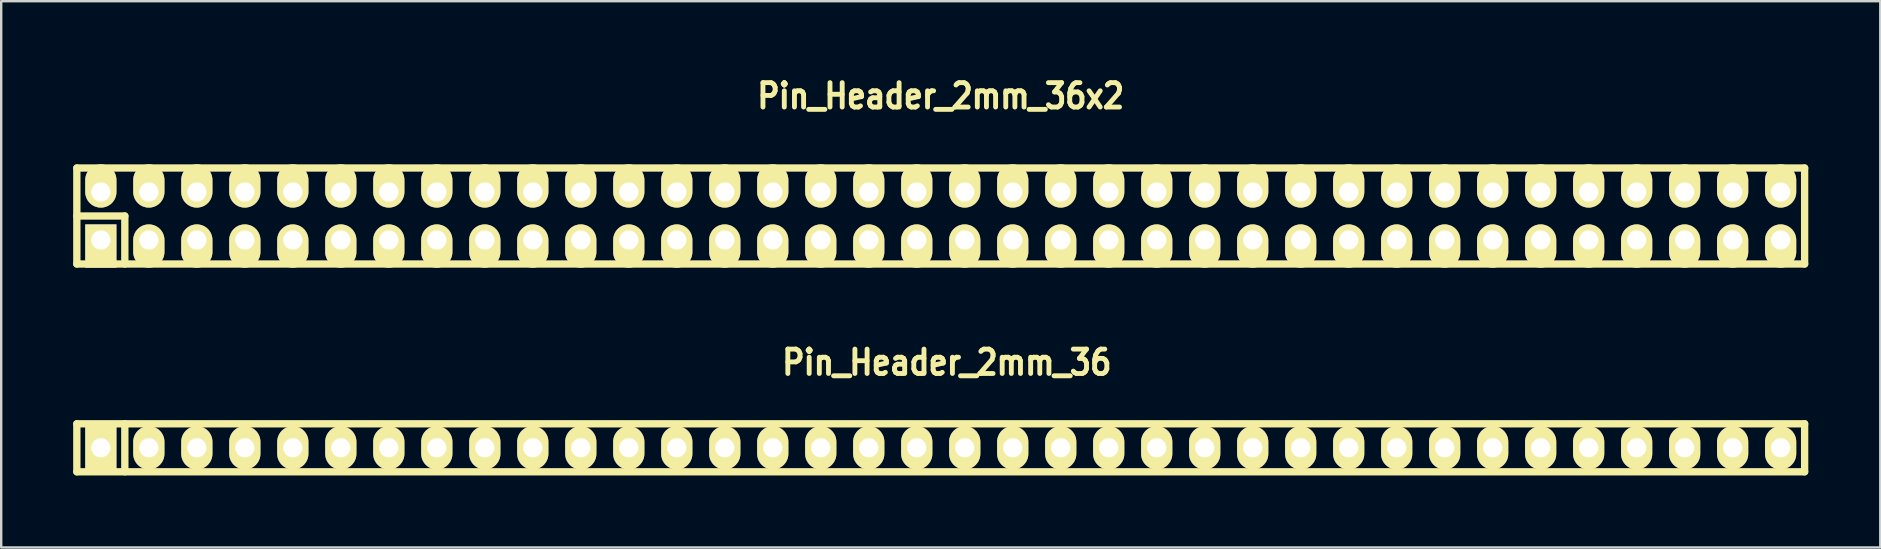
<source format=kicad_pcb>
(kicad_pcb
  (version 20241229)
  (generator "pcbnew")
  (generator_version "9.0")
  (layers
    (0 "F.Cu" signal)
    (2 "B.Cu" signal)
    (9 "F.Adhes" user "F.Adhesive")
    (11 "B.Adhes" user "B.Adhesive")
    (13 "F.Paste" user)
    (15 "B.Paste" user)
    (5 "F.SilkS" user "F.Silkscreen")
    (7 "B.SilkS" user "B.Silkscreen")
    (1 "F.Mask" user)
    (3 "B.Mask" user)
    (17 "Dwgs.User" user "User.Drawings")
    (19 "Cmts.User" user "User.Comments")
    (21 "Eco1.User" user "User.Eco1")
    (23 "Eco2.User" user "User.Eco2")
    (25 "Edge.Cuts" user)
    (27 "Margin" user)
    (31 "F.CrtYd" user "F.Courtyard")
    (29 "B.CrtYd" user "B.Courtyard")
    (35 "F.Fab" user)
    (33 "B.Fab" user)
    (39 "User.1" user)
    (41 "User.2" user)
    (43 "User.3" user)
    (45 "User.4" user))
  (footprint "Pin_Header_2mm_36"
    (layer "F.Cu")
    (at 36.152 15.61)
    (property "Reference" "Pin_Header_2mm_36" (at 0.254 -3.556 0) (layer "F.SilkS") (effects (font (size 1.016 0.889) (thickness 0.203))))
    (attr through_hole)
    (fp_line (start -36 -1) (end 36 -1) (stroke (width 0.305) (type solid)) (layer "F.SilkS"))
    (fp_line (start -36 1) (end -36 -1) (stroke (width 0.305) (type solid)) (layer "F.SilkS"))
    (fp_line (start -34 -1) (end -34 1) (stroke (width 0.305) (type solid)) (layer "F.SilkS"))
    (fp_line (start 36 -1) (end 36 1) (stroke (width 0.305) (type solid)) (layer "F.SilkS"))
    (fp_line (start 36 1) (end -36 1) (stroke (width 0.305) (type solid)) (layer "F.SilkS"))
    (pad "1" thru_hole rect (at -35 0) (size 1.3 1.8) (drill 0.8) (layers "*.Cu" "*.Mask" "F.SilkS"))
    (pad "2" thru_hole oval (at -33 0) (size 1.3 1.8) (drill 0.8) (layers "*.Cu" "*.Mask" "F.SilkS"))
    (pad "3" thru_hole oval (at -31 0) (size 1.3 1.8) (drill 0.8) (layers "*.Cu" "*.Mask" "F.SilkS"))
    (pad "4" thru_hole oval (at -29 0) (size 1.3 1.8) (drill 0.8) (layers "*.Cu" "*.Mask" "F.SilkS"))
    (pad "5" thru_hole oval (at -27 0) (size 1.3 1.8) (drill 0.8) (layers "*.Cu" "*.Mask" "F.SilkS"))
    (pad "6" thru_hole oval (at -25 0) (size 1.3 1.8) (drill 0.8) (layers "*.Cu" "*.Mask" "F.SilkS"))
    (pad "7" thru_hole oval (at -23 0) (size 1.3 1.8) (drill 0.8) (layers "*.Cu" "*.Mask" "F.SilkS"))
    (pad "8" thru_hole oval (at -21 0) (size 1.3 1.8) (drill 0.8) (layers "*.Cu" "*.Mask" "F.SilkS"))
    (pad "9" thru_hole oval (at -19 0) (size 1.3 1.8) (drill 0.8) (layers "*.Cu" "*.Mask" "F.SilkS"))
    (pad "10" thru_hole oval (at -17 0) (size 1.3 1.8) (drill 0.8) (layers "*.Cu" "*.Mask" "F.SilkS"))
    (pad "11" thru_hole oval (at -15 0) (size 1.3 1.8) (drill 0.8) (layers "*.Cu" "*.Mask" "F.SilkS"))
    (pad "12" thru_hole oval (at -13 0) (size 1.3 1.8) (drill 0.8) (layers "*.Cu" "*.Mask" "F.SilkS"))
    (pad "13" thru_hole oval (at -11 0) (size 1.3 1.8) (drill 0.8) (layers "*.Cu" "*.Mask" "F.SilkS"))
    (pad "14" thru_hole oval (at -9 0) (size 1.3 1.8) (drill 0.8) (layers "*.Cu" "*.Mask" "F.SilkS"))
    (pad "15" thru_hole oval (at -7 0) (size 1.3 1.8) (drill 0.8) (layers "*.Cu" "*.Mask" "F.SilkS"))
    (pad "16" thru_hole oval (at -5 0) (size 1.3 1.8) (drill 0.8) (layers "*.Cu" "*.Mask" "F.SilkS"))
    (pad "17" thru_hole oval (at -3 0) (size 1.3 1.8) (drill 0.8) (layers "*.Cu" "*.Mask" "F.SilkS"))
    (pad "18" thru_hole oval (at -1 0) (size 1.3 1.8) (drill 0.8) (layers "*.Cu" "*.Mask" "F.SilkS"))
    (pad "19" thru_hole oval (at 1 0) (size 1.3 1.8) (drill 0.8) (layers "*.Cu" "*.Mask" "F.SilkS"))
    (pad "20" thru_hole oval (at 3 0) (size 1.3 1.8) (drill 0.8) (layers "*.Cu" "*.Mask" "F.SilkS"))
    (pad "21" thru_hole oval (at 5 0) (size 1.3 1.8) (drill 0.8) (layers "*.Cu" "*.Mask" "F.SilkS"))
    (pad "22" thru_hole oval (at 7 0) (size 1.3 1.8) (drill 0.8) (layers "*.Cu" "*.Mask" "F.SilkS"))
    (pad "23" thru_hole oval (at 9 0) (size 1.3 1.8) (drill 0.8) (layers "*.Cu" "*.Mask" "F.SilkS"))
    (pad "24" thru_hole oval (at 11 0) (size 1.3 1.8) (drill 0.8) (layers "*.Cu" "*.Mask" "F.SilkS"))
    (pad "25" thru_hole oval (at 13 0) (size 1.3 1.8) (drill 0.8) (layers "*.Cu" "*.Mask" "F.SilkS"))
    (pad "26" thru_hole oval (at 15 0) (size 1.3 1.8) (drill 0.8) (layers "*.Cu" "*.Mask" "F.SilkS"))
    (pad "27" thru_hole oval (at 17 0) (size 1.3 1.8) (drill 0.8) (layers "*.Cu" "*.Mask" "F.SilkS"))
    (pad "28" thru_hole oval (at 19 0) (size 1.3 1.8) (drill 0.8) (layers "*.Cu" "*.Mask" "F.SilkS"))
    (pad "29" thru_hole oval (at 21 0) (size 1.3 1.8) (drill 0.8) (layers "*.Cu" "*.Mask" "F.SilkS"))
    (pad "30" thru_hole oval (at 23 0) (size 1.3 1.8) (drill 0.8) (layers "*.Cu" "*.Mask" "F.SilkS"))
    (pad "31" thru_hole oval (at 25 0) (size 1.3 1.8) (drill 0.8) (layers "*.Cu" "*.Mask" "F.SilkS"))
    (pad "32" thru_hole oval (at 27 0) (size 1.3 1.8) (drill 0.8) (layers "*.Cu" "*.Mask" "F.SilkS"))
    (pad "33" thru_hole oval (at 29 0) (size 1.3 1.8) (drill 0.8) (layers "*.Cu" "*.Mask" "F.SilkS"))
    (pad "34" thru_hole oval (at 31 0) (size 1.3 1.8) (drill 0.8) (layers "*.Cu" "*.Mask" "F.SilkS"))
    (pad "35" thru_hole oval (at 33 0) (size 1.3 1.8) (drill 0.8) (layers "*.Cu" "*.Mask" "F.SilkS"))
    (pad "36" thru_hole oval (at 35 0) (size 1.3 1.8) (drill 0.8) (layers "*.Cu" "*.Mask" "F.SilkS")))
  (footprint "Pin_Header_2mm_36x2"
    (layer "F.Cu")
    (at 36.152 5.951)
    (property "Reference" "Pin_Header_2mm_36x2" (at 0 -5 0) (layer "F.SilkS") (effects (font (size 1.016 0.889) (thickness 0.203))))
    (attr through_hole)
    (fp_line (start -36 -2) (end 36 -2) (stroke (width 0.305) (type solid)) (layer "F.SilkS"))
    (fp_line (start -36 0) (end -34 0) (stroke (width 0.305) (type solid)) (layer "F.SilkS"))
    (fp_line (start -36 2) (end -36 -2) (stroke (width 0.305) (type solid)) (layer "F.SilkS"))
    (fp_line (start -34 0) (end -34 2) (stroke (width 0.305) (type solid)) (layer "F.SilkS"))
    (fp_line (start 36 -2) (end 36 2) (stroke (width 0.305) (type solid)) (layer "F.SilkS"))
    (fp_line (start 36 2) (end -36 2) (stroke (width 0.305) (type solid)) (layer "F.SilkS"))
    (pad "1" thru_hole rect (at -35 1) (size 1.3 1.8) (drill 0.8 (offset 0 0.25)) (layers "*.Cu" "*.Mask" "F.SilkS"))
    (pad "2" thru_hole oval (at -35 -1) (size 1.3 1.8) (drill 0.8 (offset 0 -0.25)) (layers "*.Cu" "*.Mask" "F.SilkS"))
    (pad "3" thru_hole oval (at -33 1) (size 1.3 1.8) (drill 0.8 (offset 0 0.25)) (layers "*.Cu" "*.Mask" "F.SilkS"))
    (pad "4" thru_hole oval (at -33 -1) (size 1.3 1.8) (drill 0.8 (offset 0 -0.25)) (layers "*.Cu" "*.Mask" "F.SilkS"))
    (pad "5" thru_hole oval (at -31 1) (size 1.3 1.8) (drill 0.8 (offset 0 0.25)) (layers "*.Cu" "*.Mask" "F.SilkS"))
    (pad "6" thru_hole oval (at -31 -1) (size 1.3 1.8) (drill 0.8 (offset 0 -0.25)) (layers "*.Cu" "*.Mask" "F.SilkS"))
    (pad "7" thru_hole oval (at -29 1) (size 1.3 1.8) (drill 0.8 (offset 0 0.25)) (layers "*.Cu" "*.Mask" "F.SilkS"))
    (pad "8" thru_hole oval (at -29 -1) (size 1.3 1.8) (drill 0.8 (offset 0 -0.25)) (layers "*.Cu" "*.Mask" "F.SilkS"))
    (pad "9" thru_hole oval (at -27 1) (size 1.3 1.8) (drill 0.8 (offset 0 0.25)) (layers "*.Cu" "*.Mask" "F.SilkS"))
    (pad "10" thru_hole oval (at -27 -1) (size 1.3 1.8) (drill 0.8 (offset 0 -0.25)) (layers "*.Cu" "*.Mask" "F.SilkS"))
    (pad "11" thru_hole oval (at -25 1) (size 1.3 1.8) (drill 0.8 (offset 0 0.25)) (layers "*.Cu" "*.Mask" "F.SilkS"))
    (pad "12" thru_hole oval (at -25 -1) (size 1.3 1.8) (drill 0.8 (offset 0 -0.25)) (layers "*.Cu" "*.Mask" "F.SilkS"))
    (pad "13" thru_hole oval (at -23 1) (size 1.3 1.8) (drill 0.8 (offset 0 0.25)) (layers "*.Cu" "*.Mask" "F.SilkS"))
    (pad "14" thru_hole oval (at -23 -1) (size 1.3 1.8) (drill 0.8 (offset 0 -0.25)) (layers "*.Cu" "*.Mask" "F.SilkS"))
    (pad "15" thru_hole oval (at -21 1) (size 1.3 1.8) (drill 0.8 (offset 0 0.25)) (layers "*.Cu" "*.Mask" "F.SilkS"))
    (pad "16" thru_hole oval (at -21 -1) (size 1.3 1.8) (drill 0.8 (offset 0 -0.25)) (layers "*.Cu" "*.Mask" "F.SilkS"))
    (pad "17" thru_hole oval (at -19 1) (size 1.3 1.8) (drill 0.8 (offset 0 0.25)) (layers "*.Cu" "*.Mask" "F.SilkS"))
    (pad "18" thru_hole oval (at -19 -1) (size 1.3 1.8) (drill 0.8 (offset 0 -0.25)) (layers "*.Cu" "*.Mask" "F.SilkS"))
    (pad "19" thru_hole oval (at -17 1) (size 1.3 1.8) (drill 0.8 (offset 0 0.25)) (layers "*.Cu" "*.Mask" "F.SilkS"))
    (pad "20" thru_hole oval (at -17 -1) (size 1.3 1.8) (drill 0.8 (offset 0 -0.25)) (layers "*.Cu" "*.Mask" "F.SilkS"))
    (pad "21" thru_hole oval (at -15 1) (size 1.3 1.8) (drill 0.8 (offset 0 0.25)) (layers "*.Cu" "*.Mask" "F.SilkS"))
    (pad "22" thru_hole oval (at -15 -1) (size 1.3 1.8) (drill 0.8 (offset 0 -0.25)) (layers "*.Cu" "*.Mask" "F.SilkS"))
    (pad "23" thru_hole oval (at -13 1) (size 1.3 1.8) (drill 0.8 (offset 0 0.25)) (layers "*.Cu" "*.Mask" "F.SilkS"))
    (pad "24" thru_hole oval (at -13 -1) (size 1.3 1.8) (drill 0.8 (offset 0 -0.25)) (layers "*.Cu" "*.Mask" "F.SilkS"))
    (pad "25" thru_hole oval (at -11 1) (size 1.3 1.8) (drill 0.8 (offset 0 0.25)) (layers "*.Cu" "*.Mask" "F.SilkS"))
    (pad "26" thru_hole oval (at -11 -1) (size 1.3 1.8) (drill 0.8 (offset 0 -0.25)) (layers "*.Cu" "*.Mask" "F.SilkS"))
    (pad "27" thru_hole oval (at -9 1) (size 1.3 1.8) (drill 0.8 (offset 0 0.25)) (layers "*.Cu" "*.Mask" "F.SilkS"))
    (pad "28" thru_hole oval (at -9 -1) (size 1.3 1.8) (drill 0.8 (offset 0 -0.25)) (layers "*.Cu" "*.Mask" "F.SilkS"))
    (pad "29" thru_hole oval (at -7 1) (size 1.3 1.8) (drill 0.8 (offset 0 0.25)) (layers "*.Cu" "*.Mask" "F.SilkS"))
    (pad "30" thru_hole oval (at -7 -1) (size 1.3 1.8) (drill 0.8 (offset 0 -0.25)) (layers "*.Cu" "*.Mask" "F.SilkS"))
    (pad "31" thru_hole oval (at -5 1) (size 1.3 1.8) (drill 0.8 (offset 0 0.25)) (layers "*.Cu" "*.Mask" "F.SilkS"))
    (pad "32" thru_hole oval (at -5 -1) (size 1.3 1.8) (drill 0.8 (offset 0 -0.25)) (layers "*.Cu" "*.Mask" "F.SilkS"))
    (pad "33" thru_hole oval (at -3 1) (size 1.3 1.8) (drill 0.8 (offset 0 0.25)) (layers "*.Cu" "*.Mask" "F.SilkS"))
    (pad "34" thru_hole oval (at -3 -1) (size 1.3 1.8) (drill 0.8 (offset 0 -0.25)) (layers "*.Cu" "*.Mask" "F.SilkS"))
    (pad "35" thru_hole oval (at -1 1) (size 1.3 1.8) (drill 0.8 (offset 0 0.25)) (layers "*.Cu" "*.Mask" "F.SilkS"))
    (pad "36" thru_hole oval (at -1 -1) (size 1.3 1.8) (drill 0.8 (offset 0 -0.25)) (layers "*.Cu" "*.Mask" "F.SilkS"))
    (pad "37" thru_hole oval (at 1 1) (size 1.3 1.8) (drill 0.8 (offset 0 0.25)) (layers "*.Cu" "*.Mask" "F.SilkS"))
    (pad "38" thru_hole oval (at 1 -1) (size 1.3 1.8) (drill 0.8 (offset 0 -0.25)) (layers "*.Cu" "*.Mask" "F.SilkS"))
    (pad "39" thru_hole oval (at 3 1) (size 1.3 1.8) (drill 0.8 (offset 0 0.25)) (layers "*.Cu" "*.Mask" "F.SilkS"))
    (pad "40" thru_hole oval (at 3 -1) (size 1.3 1.8) (drill 0.8 (offset 0 -0.25)) (layers "*.Cu" "*.Mask" "F.SilkS"))
    (pad "41" thru_hole oval (at 5 1) (size 1.3 1.8) (drill 0.8 (offset 0 0.25)) (layers "*.Cu" "*.Mask" "F.SilkS"))
    (pad "42" thru_hole oval (at 5 -1) (size 1.3 1.8) (drill 0.8 (offset 0 -0.25)) (layers "*.Cu" "*.Mask" "F.SilkS"))
    (pad "43" thru_hole oval (at 7 1) (size 1.3 1.8) (drill 0.8 (offset 0 0.25)) (layers "*.Cu" "*.Mask" "F.SilkS"))
    (pad "44" thru_hole oval (at 7 -1) (size 1.3 1.8) (drill 0.8 (offset 0 -0.25)) (layers "*.Cu" "*.Mask" "F.SilkS"))
    (pad "45" thru_hole oval (at 9 1) (size 1.3 1.8) (drill 0.8 (offset 0 0.25)) (layers "*.Cu" "*.Mask" "F.SilkS"))
    (pad "46" thru_hole oval (at 9 -1) (size 1.3 1.8) (drill 0.8 (offset 0 -0.25)) (layers "*.Cu" "*.Mask" "F.SilkS"))
    (pad "47" thru_hole oval (at 11 1) (size 1.3 1.8) (drill 0.8 (offset 0 0.25)) (layers "*.Cu" "*.Mask" "F.SilkS"))
    (pad "48" thru_hole oval (at 11 -1) (size 1.3 1.8) (drill 0.8 (offset 0 -0.25)) (layers "*.Cu" "*.Mask" "F.SilkS"))
    (pad "49" thru_hole oval (at 13 1) (size 1.3 1.8) (drill 0.8 (offset 0 0.25)) (layers "*.Cu" "*.Mask" "F.SilkS"))
    (pad "50" thru_hole oval (at 13 -1) (size 1.3 1.8) (drill 0.8 (offset 0 -0.25)) (layers "*.Cu" "*.Mask" "F.SilkS"))
    (pad "51" thru_hole oval (at 15 1) (size 1.3 1.8) (drill 0.8 (offset 0 0.25)) (layers "*.Cu" "*.Mask" "F.SilkS"))
    (pad "52" thru_hole oval (at 15 -1) (size 1.3 1.8) (drill 0.8 (offset 0 -0.25)) (layers "*.Cu" "*.Mask" "F.SilkS"))
    (pad "53" thru_hole oval (at 17 1) (size 1.3 1.8) (drill 0.8 (offset 0 0.25)) (layers "*.Cu" "*.Mask" "F.SilkS"))
    (pad "54" thru_hole oval (at 17 -1) (size 1.3 1.8) (drill 0.8 (offset 0 -0.25)) (layers "*.Cu" "*.Mask" "F.SilkS"))
    (pad "55" thru_hole oval (at 19 1) (size 1.3 1.8) (drill 0.8 (offset 0 0.25)) (layers "*.Cu" "*.Mask" "F.SilkS"))
    (pad "56" thru_hole oval (at 19 -1) (size 1.3 1.8) (drill 0.8 (offset 0 -0.25)) (layers "*.Cu" "*.Mask" "F.SilkS"))
    (pad "57" thru_hole oval (at 21 1) (size 1.3 1.8) (drill 0.8 (offset 0 0.25)) (layers "*.Cu" "*.Mask" "F.SilkS"))
    (pad "58" thru_hole oval (at 21 -1) (size 1.3 1.8) (drill 0.8 (offset 0 -0.25)) (layers "*.Cu" "*.Mask" "F.SilkS"))
    (pad "59" thru_hole oval (at 23 1) (size 1.3 1.8) (drill 0.8 (offset 0 0.25)) (layers "*.Cu" "*.Mask" "F.SilkS"))
    (pad "60" thru_hole oval (at 23 -1) (size 1.3 1.8) (drill 0.8 (offset 0 -0.25)) (layers "*.Cu" "*.Mask" "F.SilkS"))
    (pad "61" thru_hole oval (at 25 1) (size 1.3 1.8) (drill 0.8 (offset 0 0.25)) (layers "*.Cu" "*.Mask" "F.SilkS"))
    (pad "62" thru_hole oval (at 25 -1) (size 1.3 1.8) (drill 0.8 (offset 0 -0.25)) (layers "*.Cu" "*.Mask" "F.SilkS"))
    (pad "63" thru_hole oval (at 27 1) (size 1.3 1.8) (drill 0.8 (offset 0 0.25)) (layers "*.Cu" "*.Mask" "F.SilkS"))
    (pad "64" thru_hole oval (at 27 -1) (size 1.3 1.8) (drill 0.8 (offset 0 -0.25)) (layers "*.Cu" "*.Mask" "F.SilkS"))
    (pad "65" thru_hole oval (at 29 1) (size 1.3 1.8) (drill 0.8 (offset 0 0.25)) (layers "*.Cu" "*.Mask" "F.SilkS"))
    (pad "66" thru_hole oval (at 29 -1) (size 1.3 1.8) (drill 0.8 (offset 0 -0.25)) (layers "*.Cu" "*.Mask" "F.SilkS"))
    (pad "67" thru_hole oval (at 31 1) (size 1.3 1.8) (drill 0.8 (offset 0 0.25)) (layers "*.Cu" "*.Mask" "F.SilkS"))
    (pad "68" thru_hole oval (at 31 -1) (size 1.3 1.8) (drill 0.8 (offset 0 -0.25)) (layers "*.Cu" "*.Mask" "F.SilkS"))
    (pad "69" thru_hole oval (at 33 1) (size 1.3 1.8) (drill 0.8 (offset 0 0.25)) (layers "*.Cu" "*.Mask" "F.SilkS"))
    (pad "70" thru_hole oval (at 33 -1) (size 1.3 1.8) (drill 0.8 (offset 0 -0.25)) (layers "*.Cu" "*.Mask" "F.SilkS"))
    (pad "71" thru_hole oval (at 35 1) (size 1.3 1.8) (drill 0.8 (offset 0 0.25)) (layers "*.Cu" "*.Mask" "F.SilkS"))
    (pad "72" thru_hole oval (at 35 -1) (size 1.3 1.8) (drill 0.8 (offset 0 -0.25)) (layers "*.Cu" "*.Mask" "F.SilkS")))
  (gr_rect
    (start -3 -3)
    (end 75.305 19.763)
    (stroke (width 0.1) (type default))
    (fill no)
    (layer "Edge.Cuts")))
</source>
